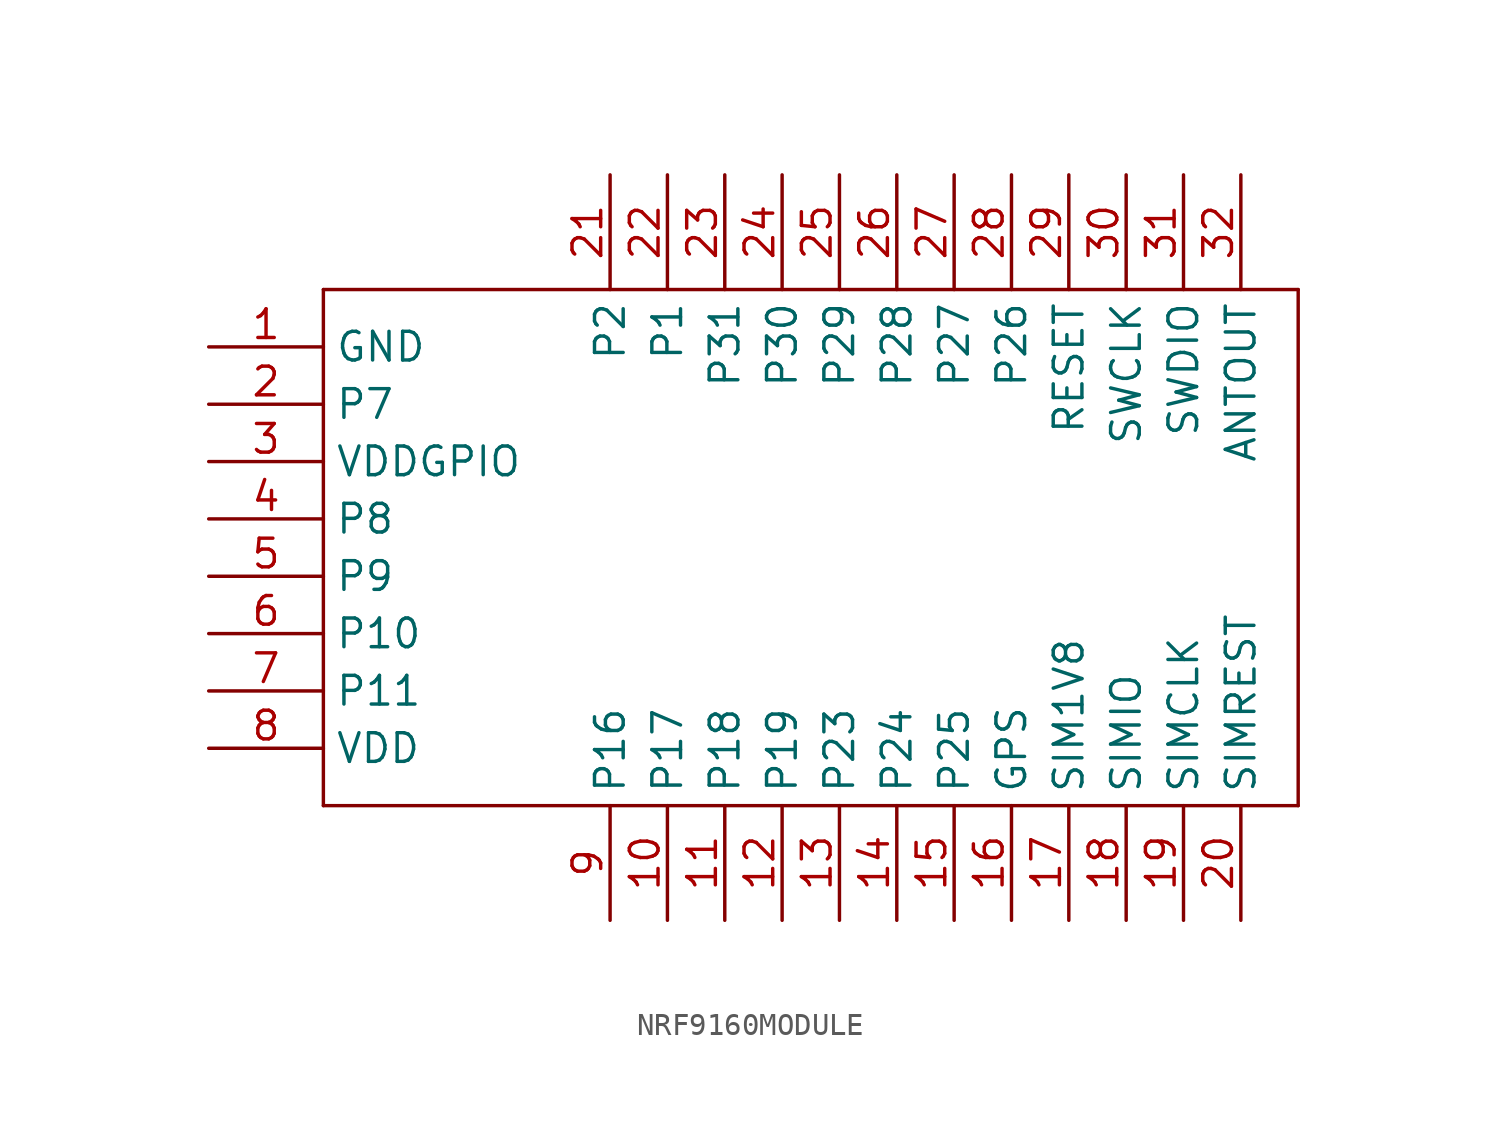
<source format=kicad_sym>
(kicad_symbol_lib
  (version 20211014)
  (generator kicad_symbol_editor)
  (symbol "NRF9160MODULE"
    (property "Reference" ""
      (at 0 0 0)
      (effects (font (size 1.27 1.27)) hide))
    (property "ki_locked" ""
      (at 0 0 0)
      (effects (font (size 1.27 1.27))))
    (symbol "NRF9160MODULE_1_0"
      (polyline (pts (xy -22.86 -10.16) (xy 20.32 -10.16)) (stroke (width 0.152) (type default) (color 0 0 0 0)) (fill (type none)))
      (polyline (pts (xy -22.86 12.7) (xy -22.86 -10.16)) (stroke (width 0.152) (type default) (color 0 0 0 0)) (fill (type none)))
      (polyline (pts (xy 20.32 -10.16) (xy 20.32 12.7)) (stroke (width 0.152) (type default) (color 0 0 0 0)) (fill (type none)))
      (polyline (pts (xy 20.32 12.7) (xy -22.86 12.7)) (stroke (width 0.152) (type default) (color 0 0 0 0)) (fill (type none)))
      (pin bidirectional line (at -27.94 10.16 0) (length 5.08) (name "GND" (effects (font (size 1.27 1.27)))) (number "1" (effects (font (size 1.27 1.27)))))
      (pin bidirectional line (at -7.62 -15.24 90) (length 5.08) (name "P17" (effects (font (size 1.27 1.27)))) (number "10" (effects (font (size 1.27 1.27)))))
      (pin bidirectional line (at -5.08 -15.24 90) (length 5.08) (name "P18" (effects (font (size 1.27 1.27)))) (number "11" (effects (font (size 1.27 1.27)))))
      (pin bidirectional line (at -2.54 -15.24 90) (length 5.08) (name "P19" (effects (font (size 1.27 1.27)))) (number "12" (effects (font (size 1.27 1.27)))))
      (pin bidirectional line (at 0 -15.24 90) (length 5.08) (name "P23" (effects (font (size 1.27 1.27)))) (number "13" (effects (font (size 1.27 1.27)))))
      (pin bidirectional line (at 2.54 -15.24 90) (length 5.08) (name "P24" (effects (font (size 1.27 1.27)))) (number "14" (effects (font (size 1.27 1.27)))))
      (pin bidirectional line (at 5.08 -15.24 90) (length 5.08) (name "P25" (effects (font (size 1.27 1.27)))) (number "15" (effects (font (size 1.27 1.27)))))
      (pin bidirectional line (at 7.62 -15.24 90) (length 5.08) (name "GPS" (effects (font (size 1.27 1.27)))) (number "16" (effects (font (size 1.27 1.27)))))
      (pin bidirectional line (at 10.16 -15.24 90) (length 5.08) (name "SIM1V8" (effects (font (size 1.27 1.27)))) (number "17" (effects (font (size 1.27 1.27)))))
      (pin bidirectional line (at 12.7 -15.24 90) (length 5.08) (name "SIMIO" (effects (font (size 1.27 1.27)))) (number "18" (effects (font (size 1.27 1.27)))))
      (pin bidirectional line (at 15.24 -15.24 90) (length 5.08) (name "SIMCLK" (effects (font (size 1.27 1.27)))) (number "19" (effects (font (size 1.27 1.27)))))
      (pin bidirectional line (at -27.94 7.62 0) (length 5.08) (name "P7" (effects (font (size 1.27 1.27)))) (number "2" (effects (font (size 1.27 1.27)))))
      (pin bidirectional line (at 17.78 -15.24 90) (length 5.08) (name "SIMREST" (effects (font (size 1.27 1.27)))) (number "20" (effects (font (size 1.27 1.27)))))
      (pin bidirectional line (at -10.16 17.78 270) (length 5.08) (name "P2" (effects (font (size 1.27 1.27)))) (number "21" (effects (font (size 1.27 1.27)))))
      (pin bidirectional line (at -7.62 17.78 270) (length 5.08) (name "P1" (effects (font (size 1.27 1.27)))) (number "22" (effects (font (size 1.27 1.27)))))
      (pin bidirectional line (at -5.08 17.78 270) (length 5.08) (name "P31" (effects (font (size 1.27 1.27)))) (number "23" (effects (font (size 1.27 1.27)))))
      (pin bidirectional line (at -2.54 17.78 270) (length 5.08) (name "P30" (effects (font (size 1.27 1.27)))) (number "24" (effects (font (size 1.27 1.27)))))
      (pin bidirectional line (at 0 17.78 270) (length 5.08) (name "P29" (effects (font (size 1.27 1.27)))) (number "25" (effects (font (size 1.27 1.27)))))
      (pin bidirectional line (at 2.54 17.78 270) (length 5.08) (name "P28" (effects (font (size 1.27 1.27)))) (number "26" (effects (font (size 1.27 1.27)))))
      (pin bidirectional line (at 5.08 17.78 270) (length 5.08) (name "P27" (effects (font (size 1.27 1.27)))) (number "27" (effects (font (size 1.27 1.27)))))
      (pin bidirectional line (at 7.62 17.78 270) (length 5.08) (name "P26" (effects (font (size 1.27 1.27)))) (number "28" (effects (font (size 1.27 1.27)))))
      (pin bidirectional line (at 10.16 17.78 270) (length 5.08) (name "RESET" (effects (font (size 1.27 1.27)))) (number "29" (effects (font (size 1.27 1.27)))))
      (pin bidirectional line (at -27.94 5.08 0) (length 5.08) (name "VDDGPIO" (effects (font (size 1.27 1.27)))) (number "3" (effects (font (size 1.27 1.27)))))
      (pin bidirectional line (at 12.7 17.78 270) (length 5.08) (name "SWCLK" (effects (font (size 1.27 1.27)))) (number "30" (effects (font (size 1.27 1.27)))))
      (pin bidirectional line (at 15.24 17.78 270) (length 5.08) (name "SWDIO" (effects (font (size 1.27 1.27)))) (number "31" (effects (font (size 1.27 1.27)))))
      (pin bidirectional line (at 17.78 17.78 270) (length 5.08) (name "ANTOUT" (effects (font (size 1.27 1.27)))) (number "32" (effects (font (size 1.27 1.27)))))
      (pin bidirectional line (at -27.94 2.54 0) (length 5.08) (name "P8" (effects (font (size 1.27 1.27)))) (number "4" (effects (font (size 1.27 1.27)))))
      (pin bidirectional line (at -27.94 0 0) (length 5.08) (name "P9" (effects (font (size 1.27 1.27)))) (number "5" (effects (font (size 1.27 1.27)))))
      (pin bidirectional line (at -27.94 -2.54 0) (length 5.08) (name "P10" (effects (font (size 1.27 1.27)))) (number "6" (effects (font (size 1.27 1.27)))))
      (pin bidirectional line (at -27.94 -5.08 0) (length 5.08) (name "P11" (effects (font (size 1.27 1.27)))) (number "7" (effects (font (size 1.27 1.27)))))
      (pin bidirectional line (at -27.94 -7.62 0) (length 5.08) (name "VDD" (effects (font (size 1.27 1.27)))) (number "8" (effects (font (size 1.27 1.27)))))
      (pin bidirectional line (at -10.16 -15.24 90) (length 5.08) (name "P16" (effects (font (size 1.27 1.27)))) (number "9" (effects (font (size 1.27 1.27))))))))
</source>
